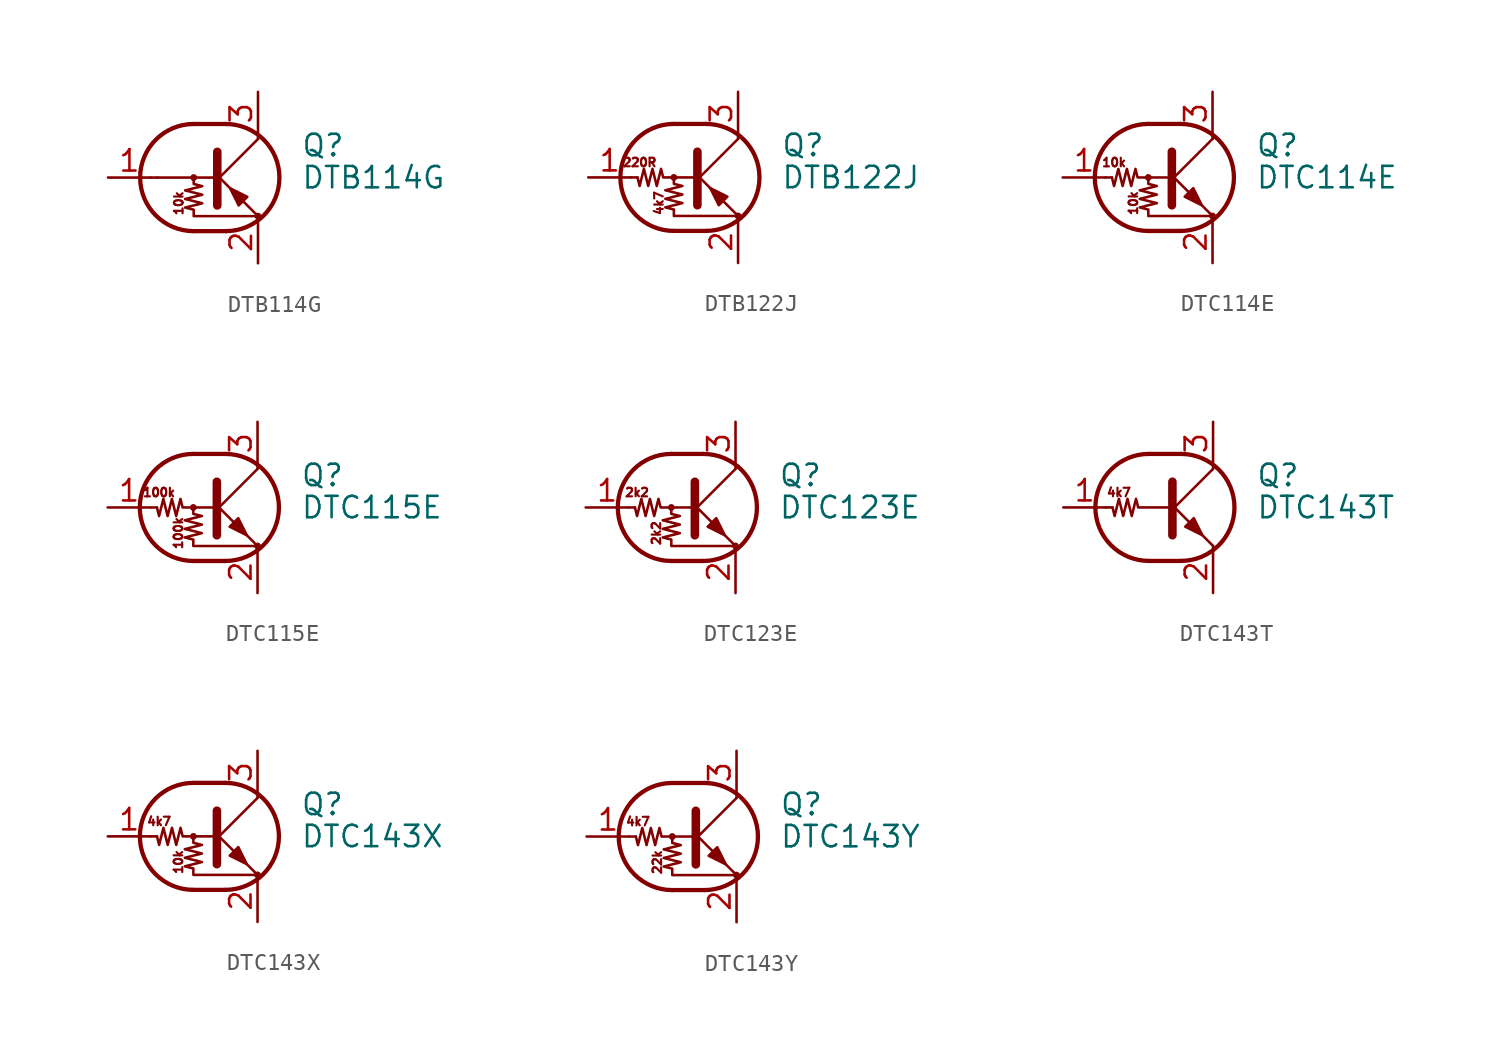
<source format=kicad_sym>
(kicad_symbol_lib
  (version 20201005)
  (generator kicad_symbol_editor)
  (symbol "DTB114G"
    (pin_names
      (offset 0) hide)
    (property "Reference" "Q"
      (at 5.08 1.905 0)
      (effects (font (size 1.27 1.27)) (justify left)))
    (property "Value" "DTB114G"
      (at 5.08 0 0)
      (effects (font (size 1.27 1.27)) (justify left)))
    (symbol "DTB114G_0_0"
      (text "10k" (at -2.159 -1.524 900) (effects (font (size 0.508 0.508))))
      (polyline (pts (xy -3.429 0) (xy 0 0)) (stroke (width 0)) (fill (type none))))
    (symbol "DTB114G_0_1"
      (arc (start -1.27 3.175) (end -1.27 -3.175) (radius (at -1.27 0) (length 3.175) (angles 90.1 -90.1)) (stroke (width 0.254)) (fill (type none)))
      (arc (start 0.635 -3.175) (end 0.635 3.175) (radius (at 0.635 0) (length 3.175) (angles -89.9 89.9)) (stroke (width 0.254)) (fill (type none)))
      (circle (center -1.27 0) (radius 0.127) (stroke (width 0)) (fill (type none)))
      (circle (center 2.54 -2.286) (radius 0.127) (stroke (width 0)) (fill (type none)))
      (polyline (pts (xy -3.429 0) (xy -3.81 0)) (stroke (width 0)) (fill (type none)))
      (polyline (pts (xy -1.27 -3.175) (xy 0.635 -3.175)) (stroke (width 0.254)) (fill (type none)))
      (polyline (pts (xy -1.27 3.175) (xy 0.635 3.175)) (stroke (width 0.254)) (fill (type none)))
      (polyline (pts (xy 0 -0.254) (xy 2.54 2.286)) (stroke (width 0)) (fill (type none)))
      (polyline (pts (xy 2.54 2.286) (xy 2.54 2.54)) (stroke (width 0)) (fill (type none)))
      (polyline (pts (xy 2.54 -2.286) (xy 0 0.254) (xy 0 0.254)) (stroke (width 0)) (fill (type none)))
      (polyline (pts (xy -1.27 0) (xy -1.27 -0.381) (xy -0.762 -0.508) (xy -1.778 -0.762) (xy -0.762 -1.016) (xy -1.778 -1.27) (xy -0.762 -1.524) (xy -1.778 -1.778) (xy -1.27 -1.905) (xy -1.27 -2.286) (xy 2.54 -2.286)) (stroke (width 0)) (fill (type none)))
      (polyline (pts (xy 0.127 1.524) (xy 0.127 -1.651)) (stroke (width 0.508)) (fill (type outline)))
      (polyline (pts (xy 1.397 -1.651) (xy 1.905 -1.143) (xy 0.889 -0.635) (xy 1.397 -1.651)) (stroke (width 0)) (fill (type outline))))
    (symbol "DTB114G_1_1"
      (pin input line (at -6.35 0 0) (length 2.54) (name "B" (effects (font (size 1.27 1.27)))) (number "1" (effects (font (size 1.27 1.27)))))
      (pin passive line (at 2.54 -5.08 90) (length 2.54) (name "E" (effects (font (size 1.27 1.27)))) (number "2" (effects (font (size 1.27 1.27)))))
      (pin passive line (at 2.54 5.08 270) (length 2.54) (name "C" (effects (font (size 1.27 1.27)))) (number "3" (effects (font (size 1.27 1.27)))))))
  (symbol "DTB122J"
    (pin_names
      (offset 0) hide)
    (property "Reference" "Q"
      (at 5.08 1.905 0)
      (effects (font (size 1.27 1.27)) (justify left)))
    (property "Value" "DTB122J"
      (at 5.08 0 0)
      (effects (font (size 1.27 1.27)) (justify left)))
    (symbol "DTB122J_0_0"
      (text "220R" (at -3.302 0.889 0) (effects (font (size 0.508 0.508))))
      (text "4k7" (at -2.159 -1.524 900) (effects (font (size 0.508 0.508)))))
    (symbol "DTB122J_0_1"
      (arc (start -1.27 3.175) (end -1.27 -3.175) (radius (at -1.27 0) (length 3.175) (angles 90.1 -90.1)) (stroke (width 0.254)) (fill (type none)))
      (arc (start 0.635 -3.175) (end 0.635 3.175) (radius (at 0.635 0) (length 3.175) (angles -89.9 89.9)) (stroke (width 0.254)) (fill (type none)))
      (circle (center -1.27 0) (radius 0.127) (stroke (width 0)) (fill (type none)))
      (circle (center 2.54 -2.286) (radius 0.127) (stroke (width 0)) (fill (type none)))
      (polyline (pts (xy -3.429 0) (xy -3.81 0)) (stroke (width 0)) (fill (type none)))
      (polyline (pts (xy -1.27 -3.175) (xy 0.635 -3.175)) (stroke (width 0.254)) (fill (type none)))
      (polyline (pts (xy -1.27 3.175) (xy 0.635 3.175)) (stroke (width 0.254)) (fill (type none)))
      (polyline (pts (xy 0 -0.254) (xy 2.54 2.286)) (stroke (width 0)) (fill (type none)))
      (polyline (pts (xy 2.54 2.286) (xy 2.54 2.54)) (stroke (width 0)) (fill (type none)))
      (polyline (pts (xy 2.54 -2.286) (xy 0 0.254) (xy 0 0.254)) (stroke (width 0)) (fill (type none)))
      (polyline (pts (xy 0 0) (xy -1.905 0) (xy -2.032 0.508) (xy -2.286 -0.508) (xy -2.54 0.508) (xy -2.794 -0.508) (xy -3.048 0.508) (xy -3.302 -0.508) (xy -3.429 0)) (stroke (width 0)) (fill (type none)))
      (polyline (pts (xy -1.27 0) (xy -1.27 -0.381) (xy -0.762 -0.508) (xy -1.778 -0.762) (xy -0.762 -1.016) (xy -1.778 -1.27) (xy -0.762 -1.524) (xy -1.778 -1.778) (xy -1.27 -1.905) (xy -1.27 -2.286) (xy 2.54 -2.286)) (stroke (width 0)) (fill (type none)))
      (polyline (pts (xy 0.127 1.524) (xy 0.127 -1.651)) (stroke (width 0.508)) (fill (type outline)))
      (polyline (pts (xy 1.397 -1.651) (xy 1.905 -1.143) (xy 0.889 -0.635) (xy 1.397 -1.651)) (stroke (width 0)) (fill (type outline))))
    (symbol "DTB122J_1_1"
      (pin input line (at -6.35 0 0) (length 2.54) (name "B" (effects (font (size 1.27 1.27)))) (number "1" (effects (font (size 1.27 1.27)))))
      (pin passive line (at 2.54 -5.08 90) (length 2.54) (name "E" (effects (font (size 1.27 1.27)))) (number "2" (effects (font (size 1.27 1.27)))))
      (pin passive line (at 2.54 5.08 270) (length 2.54) (name "C" (effects (font (size 1.27 1.27)))) (number "3" (effects (font (size 1.27 1.27)))))))
  (symbol "DTC114E"
    (pin_names
      (offset 0) hide)
    (property "Reference" "Q"
      (at 5.08 1.905 0)
      (effects (font (size 1.27 1.27)) (justify left)))
    (property "Value" "DTC114E"
      (at 5.08 0 0)
      (effects (font (size 1.27 1.27)) (justify left)))
    (symbol "DTC114E_0_0"
      (text "10k" (at -3.302 0.889 0) (effects (font (size 0.508 0.508))))
      (text "10k" (at -2.159 -1.524 900) (effects (font (size 0.508 0.508)))))
    (symbol "DTC114E_0_1"
      (arc (start -1.27 3.175) (end -1.27 -3.175) (radius (at -1.27 0) (length 3.175) (angles 90.1 -90.1)) (stroke (width 0.254)) (fill (type none)))
      (arc (start 0.635 -3.175) (end 0.635 3.175) (radius (at 0.635 0) (length 3.175) (angles -89.9 89.9)) (stroke (width 0.254)) (fill (type none)))
      (circle (center -1.27 0) (radius 0.127) (stroke (width 0)) (fill (type none)))
      (circle (center 2.54 -2.286) (radius 0.127) (stroke (width 0)) (fill (type none)))
      (polyline (pts (xy -3.429 0) (xy -3.81 0)) (stroke (width 0)) (fill (type none)))
      (polyline (pts (xy -1.27 -3.175) (xy 0.635 -3.175)) (stroke (width 0.254)) (fill (type none)))
      (polyline (pts (xy -1.27 3.175) (xy 0.635 3.175)) (stroke (width 0.254)) (fill (type none)))
      (polyline (pts (xy 0 -0.254) (xy 2.54 2.286)) (stroke (width 0)) (fill (type none)))
      (polyline (pts (xy 2.54 2.286) (xy 2.54 2.54)) (stroke (width 0)) (fill (type none)))
      (polyline (pts (xy 2.54 -2.286) (xy 0 0.254) (xy 0 0.254)) (stroke (width 0)) (fill (type none)))
      (polyline (pts (xy 0 0) (xy -1.905 0) (xy -2.032 0.508) (xy -2.286 -0.508) (xy -2.54 0.508) (xy -2.794 -0.508) (xy -3.048 0.508) (xy -3.302 -0.508) (xy -3.429 0)) (stroke (width 0)) (fill (type none)))
      (polyline (pts (xy -1.27 0) (xy -1.27 -0.381) (xy -0.762 -0.508) (xy -1.778 -0.762) (xy -0.762 -1.016) (xy -1.778 -1.27) (xy -0.762 -1.524) (xy -1.778 -1.778) (xy -1.27 -1.905) (xy -1.27 -2.286) (xy 2.54 -2.286)) (stroke (width 0)) (fill (type none)))
      (polyline (pts (xy 0.127 1.524) (xy 0.127 -1.651)) (stroke (width 0.508)) (fill (type outline)))
      (polyline (pts (xy 0.889 -1.143) (xy 1.397 -0.635) (xy 1.905 -1.651) (xy 0.889 -1.143)) (stroke (width 0)) (fill (type outline))))
    (symbol "DTC114E_1_1"
      (pin input line (at -6.35 0 0) (length 2.54) (name "B" (effects (font (size 1.27 1.27)))) (number "1" (effects (font (size 1.27 1.27)))))
      (pin passive line (at 2.54 -5.08 90) (length 2.54) (name "E" (effects (font (size 1.27 1.27)))) (number "2" (effects (font (size 1.27 1.27)))))
      (pin passive line (at 2.54 5.08 270) (length 2.54) (name "C" (effects (font (size 1.27 1.27)))) (number "3" (effects (font (size 1.27 1.27)))))))
  (symbol "DTC115E"
    (pin_names
      (offset 0) hide)
    (property "Reference" "Q"
      (at 5.08 1.905 0)
      (effects (font (size 1.27 1.27)) (justify left)))
    (property "Value" "DTC115E"
      (at 5.08 0 0)
      (effects (font (size 1.27 1.27)) (justify left)))
    (symbol "DTC115E_0_0"
      (text "100k" (at -3.302 0.889 0) (effects (font (size 0.508 0.508))))
      (text "100k" (at -2.159 -1.524 900) (effects (font (size 0.508 0.508)))))
    (symbol "DTC115E_0_1"
      (arc (start -1.27 3.175) (end -1.27 -3.175) (radius (at -1.27 0) (length 3.175) (angles 90.1 -90.1)) (stroke (width 0.254)) (fill (type none)))
      (arc (start 0.635 -3.175) (end 0.635 3.175) (radius (at 0.635 0) (length 3.175) (angles -89.9 89.9)) (stroke (width 0.254)) (fill (type none)))
      (circle (center -1.27 0) (radius 0.127) (stroke (width 0)) (fill (type none)))
      (circle (center 2.54 -2.286) (radius 0.127) (stroke (width 0)) (fill (type none)))
      (polyline (pts (xy -3.429 0) (xy -3.81 0)) (stroke (width 0)) (fill (type none)))
      (polyline (pts (xy -1.27 -3.175) (xy 0.635 -3.175)) (stroke (width 0.254)) (fill (type none)))
      (polyline (pts (xy -1.27 3.175) (xy 0.635 3.175)) (stroke (width 0.254)) (fill (type none)))
      (polyline (pts (xy 0 -0.254) (xy 2.54 2.286)) (stroke (width 0)) (fill (type none)))
      (polyline (pts (xy 2.54 2.286) (xy 2.54 2.54)) (stroke (width 0)) (fill (type none)))
      (polyline (pts (xy 2.54 -2.286) (xy 0 0.254) (xy 0 0.254)) (stroke (width 0)) (fill (type none)))
      (polyline (pts (xy 0 0) (xy -1.905 0) (xy -2.032 0.508) (xy -2.286 -0.508) (xy -2.54 0.508) (xy -2.794 -0.508) (xy -3.048 0.508) (xy -3.302 -0.508) (xy -3.429 0)) (stroke (width 0)) (fill (type none)))
      (polyline (pts (xy -1.27 0) (xy -1.27 -0.381) (xy -0.762 -0.508) (xy -1.778 -0.762) (xy -0.762 -1.016) (xy -1.778 -1.27) (xy -0.762 -1.524) (xy -1.778 -1.778) (xy -1.27 -1.905) (xy -1.27 -2.286) (xy 2.54 -2.286)) (stroke (width 0)) (fill (type none)))
      (polyline (pts (xy 0.127 1.524) (xy 0.127 -1.651)) (stroke (width 0.508)) (fill (type outline)))
      (polyline (pts (xy 0.889 -1.143) (xy 1.397 -0.635) (xy 1.905 -1.651) (xy 0.889 -1.143)) (stroke (width 0)) (fill (type outline))))
    (symbol "DTC115E_1_1"
      (pin input line (at -6.35 0 0) (length 2.54) (name "B" (effects (font (size 1.27 1.27)))) (number "1" (effects (font (size 1.27 1.27)))))
      (pin passive line (at 2.54 -5.08 90) (length 2.54) (name "E" (effects (font (size 1.27 1.27)))) (number "2" (effects (font (size 1.27 1.27)))))
      (pin passive line (at 2.54 5.08 270) (length 2.54) (name "C" (effects (font (size 1.27 1.27)))) (number "3" (effects (font (size 1.27 1.27)))))))
  (symbol "DTC123E"
    (pin_names
      (offset 0) hide)
    (property "Reference" "Q"
      (at 5.08 1.905 0)
      (effects (font (size 1.27 1.27)) (justify left)))
    (property "Value" "DTC123E"
      (at 5.08 0 0)
      (effects (font (size 1.27 1.27)) (justify left)))
    (symbol "DTC123E_0_0"
      (text "2k2" (at -3.302 0.889 0) (effects (font (size 0.508 0.508))))
      (text "2k2" (at -2.159 -1.524 900) (effects (font (size 0.508 0.508)))))
    (symbol "DTC123E_0_1"
      (arc (start -1.27 3.175) (end -1.27 -3.175) (radius (at -1.27 0) (length 3.175) (angles 90.1 -90.1)) (stroke (width 0.254)) (fill (type none)))
      (arc (start 0.635 -3.175) (end 0.635 3.175) (radius (at 0.635 0) (length 3.175) (angles -89.9 89.9)) (stroke (width 0.254)) (fill (type none)))
      (circle (center -1.27 0) (radius 0.127) (stroke (width 0)) (fill (type none)))
      (circle (center 2.54 -2.286) (radius 0.127) (stroke (width 0)) (fill (type none)))
      (polyline (pts (xy -3.429 0) (xy -3.81 0)) (stroke (width 0)) (fill (type none)))
      (polyline (pts (xy -1.27 -3.175) (xy 0.635 -3.175)) (stroke (width 0.254)) (fill (type none)))
      (polyline (pts (xy -1.27 3.175) (xy 0.635 3.175)) (stroke (width 0.254)) (fill (type none)))
      (polyline (pts (xy 0 -0.254) (xy 2.54 2.286)) (stroke (width 0)) (fill (type none)))
      (polyline (pts (xy 2.54 2.286) (xy 2.54 2.54)) (stroke (width 0)) (fill (type none)))
      (polyline (pts (xy 2.54 -2.286) (xy 0 0.254) (xy 0 0.254)) (stroke (width 0)) (fill (type none)))
      (polyline (pts (xy 0 0) (xy -1.905 0) (xy -2.032 0.508) (xy -2.286 -0.508) (xy -2.54 0.508) (xy -2.794 -0.508) (xy -3.048 0.508) (xy -3.302 -0.508) (xy -3.429 0)) (stroke (width 0)) (fill (type none)))
      (polyline (pts (xy -1.27 0) (xy -1.27 -0.381) (xy -0.762 -0.508) (xy -1.778 -0.762) (xy -0.762 -1.016) (xy -1.778 -1.27) (xy -0.762 -1.524) (xy -1.778 -1.778) (xy -1.27 -1.905) (xy -1.27 -2.286) (xy 2.54 -2.286)) (stroke (width 0)) (fill (type none)))
      (polyline (pts (xy 0.127 1.524) (xy 0.127 -1.651)) (stroke (width 0.508)) (fill (type outline)))
      (polyline (pts (xy 0.889 -1.143) (xy 1.397 -0.635) (xy 1.905 -1.651) (xy 0.889 -1.143)) (stroke (width 0)) (fill (type outline))))
    (symbol "DTC123E_1_1"
      (pin input line (at -6.35 0 0) (length 2.54) (name "B" (effects (font (size 1.27 1.27)))) (number "1" (effects (font (size 1.27 1.27)))))
      (pin passive line (at 2.54 -5.08 90) (length 2.54) (name "E" (effects (font (size 1.27 1.27)))) (number "2" (effects (font (size 1.27 1.27)))))
      (pin passive line (at 2.54 5.08 270) (length 2.54) (name "C" (effects (font (size 1.27 1.27)))) (number "3" (effects (font (size 1.27 1.27)))))))
  (symbol "DTC143T"
    (pin_names
      (offset 0) hide)
    (property "Reference" "Q"
      (at 5.08 1.905 0)
      (effects (font (size 1.27 1.27)) (justify left)))
    (property "Value" "DTC143T"
      (at 5.08 0 0)
      (effects (font (size 1.27 1.27)) (justify left)))
    (symbol "DTC143T_0_0"
      (text "4k7" (at -3.048 0.889 0) (effects (font (size 0.508 0.508))))
      (polyline (pts (xy 2.54 -2.286) (xy 2.54 -2.54)) (stroke (width 0)) (fill (type none))))
    (symbol "DTC143T_0_1"
      (arc (start -1.27 3.175) (end -1.27 -3.175) (radius (at -1.27 0) (length 3.175) (angles 90.1 -90.1)) (stroke (width 0.254)) (fill (type none)))
      (arc (start 0.635 -3.175) (end 0.635 3.175) (radius (at 0.635 0) (length 3.175) (angles -89.9 89.9)) (stroke (width 0.254)) (fill (type none)))
      (polyline (pts (xy -3.429 0) (xy -3.81 0)) (stroke (width 0)) (fill (type none)))
      (polyline (pts (xy -1.27 -3.175) (xy 0.635 -3.175)) (stroke (width 0.254)) (fill (type none)))
      (polyline (pts (xy -1.27 3.175) (xy 0.635 3.175)) (stroke (width 0.254)) (fill (type none)))
      (polyline (pts (xy 0 -0.254) (xy 2.54 2.286)) (stroke (width 0)) (fill (type none)))
      (polyline (pts (xy 2.54 2.286) (xy 2.54 2.54)) (stroke (width 0)) (fill (type none)))
      (polyline (pts (xy 2.54 -2.286) (xy 0 0.254) (xy 0 0.254)) (stroke (width 0)) (fill (type none)))
      (polyline (pts (xy 0 0) (xy -1.905 0) (xy -2.032 0.508) (xy -2.286 -0.508) (xy -2.54 0.508) (xy -2.794 -0.508) (xy -3.048 0.508) (xy -3.302 -0.508) (xy -3.429 0)) (stroke (width 0)) (fill (type none)))
      (polyline (pts (xy 0.127 1.524) (xy 0.127 -1.651)) (stroke (width 0.508)) (fill (type outline)))
      (polyline (pts (xy 0.889 -1.143) (xy 1.397 -0.635) (xy 1.905 -1.651) (xy 0.889 -1.143)) (stroke (width 0)) (fill (type outline))))
    (symbol "DTC143T_1_1"
      (pin input line (at -6.35 0 0) (length 2.54) (name "B" (effects (font (size 1.27 1.27)))) (number "1" (effects (font (size 1.27 1.27)))))
      (pin passive line (at 2.54 -5.08 90) (length 2.54) (name "E" (effects (font (size 1.27 1.27)))) (number "2" (effects (font (size 1.27 1.27)))))
      (pin passive line (at 2.54 5.08 270) (length 2.54) (name "C" (effects (font (size 1.27 1.27)))) (number "3" (effects (font (size 1.27 1.27)))))))
  (symbol "DTC143X"
    (pin_names
      (offset 0) hide)
    (property "Reference" "Q"
      (at 5.08 1.905 0)
      (effects (font (size 1.27 1.27)) (justify left)))
    (property "Value" "DTC143X"
      (at 5.08 0 0)
      (effects (font (size 1.27 1.27)) (justify left)))
    (symbol "DTC143X_0_0"
      (text "10k" (at -2.159 -1.524 900) (effects (font (size 0.508 0.508))))
      (text "4k7" (at -3.302 0.889 0) (effects (font (size 0.508 0.508)))))
    (symbol "DTC143X_0_1"
      (arc (start -1.27 3.175) (end -1.27 -3.175) (radius (at -1.27 0) (length 3.175) (angles 90.1 -90.1)) (stroke (width 0.254)) (fill (type none)))
      (arc (start 0.635 -3.175) (end 0.635 3.175) (radius (at 0.635 0) (length 3.175) (angles -89.9 89.9)) (stroke (width 0.254)) (fill (type none)))
      (circle (center -1.27 0) (radius 0.127) (stroke (width 0)) (fill (type none)))
      (circle (center 2.54 -2.286) (radius 0.127) (stroke (width 0)) (fill (type none)))
      (polyline (pts (xy -3.429 0) (xy -3.81 0)) (stroke (width 0)) (fill (type none)))
      (polyline (pts (xy -1.27 -3.175) (xy 0.635 -3.175)) (stroke (width 0.254)) (fill (type none)))
      (polyline (pts (xy -1.27 3.175) (xy 0.635 3.175)) (stroke (width 0.254)) (fill (type none)))
      (polyline (pts (xy 0 -0.254) (xy 2.54 2.286)) (stroke (width 0)) (fill (type none)))
      (polyline (pts (xy 2.54 2.286) (xy 2.54 2.54)) (stroke (width 0)) (fill (type none)))
      (polyline (pts (xy 2.54 -2.286) (xy 0 0.254) (xy 0 0.254)) (stroke (width 0)) (fill (type none)))
      (polyline (pts (xy 0 0) (xy -1.905 0) (xy -2.032 0.508) (xy -2.286 -0.508) (xy -2.54 0.508) (xy -2.794 -0.508) (xy -3.048 0.508) (xy -3.302 -0.508) (xy -3.429 0)) (stroke (width 0)) (fill (type none)))
      (polyline (pts (xy -1.27 0) (xy -1.27 -0.381) (xy -0.762 -0.508) (xy -1.778 -0.762) (xy -0.762 -1.016) (xy -1.778 -1.27) (xy -0.762 -1.524) (xy -1.778 -1.778) (xy -1.27 -1.905) (xy -1.27 -2.286) (xy 2.54 -2.286)) (stroke (width 0)) (fill (type none)))
      (polyline (pts (xy 0.127 1.524) (xy 0.127 -1.651)) (stroke (width 0.508)) (fill (type outline)))
      (polyline (pts (xy 0.889 -1.143) (xy 1.397 -0.635) (xy 1.905 -1.651) (xy 0.889 -1.143)) (stroke (width 0)) (fill (type outline))))
    (symbol "DTC143X_1_1"
      (pin input line (at -6.35 0 0) (length 2.54) (name "B" (effects (font (size 1.27 1.27)))) (number "1" (effects (font (size 1.27 1.27)))))
      (pin passive line (at 2.54 -5.08 90) (length 2.54) (name "E" (effects (font (size 1.27 1.27)))) (number "2" (effects (font (size 1.27 1.27)))))
      (pin passive line (at 2.54 5.08 270) (length 2.54) (name "C" (effects (font (size 1.27 1.27)))) (number "3" (effects (font (size 1.27 1.27)))))))
  (symbol "DTC143Y"
    (pin_names
      (offset 0) hide)
    (property "Reference" "Q"
      (at 5.08 1.905 0)
      (effects (font (size 1.27 1.27)) (justify left)))
    (property "Value" "DTC143Y"
      (at 5.08 0 0)
      (effects (font (size 1.27 1.27)) (justify left)))
    (symbol "DTC143Y_0_0"
      (text "22k" (at -2.159 -1.524 900) (effects (font (size 0.508 0.508))))
      (text "4k7" (at -3.302 0.889 0) (effects (font (size 0.508 0.508)))))
    (symbol "DTC143Y_0_1"
      (arc (start -1.27 3.175) (end -1.27 -3.175) (radius (at -1.27 0) (length 3.175) (angles 90.1 -90.1)) (stroke (width 0.254)) (fill (type none)))
      (arc (start 0.635 -3.175) (end 0.635 3.175) (radius (at 0.635 0) (length 3.175) (angles -89.9 89.9)) (stroke (width 0.254)) (fill (type none)))
      (circle (center -1.27 0) (radius 0.127) (stroke (width 0)) (fill (type none)))
      (circle (center 2.54 -2.286) (radius 0.127) (stroke (width 0)) (fill (type none)))
      (polyline (pts (xy -3.429 0) (xy -3.81 0)) (stroke (width 0)) (fill (type none)))
      (polyline (pts (xy -1.27 -3.175) (xy 0.635 -3.175)) (stroke (width 0.254)) (fill (type none)))
      (polyline (pts (xy -1.27 3.175) (xy 0.635 3.175)) (stroke (width 0.254)) (fill (type none)))
      (polyline (pts (xy 0 -0.254) (xy 2.54 2.286)) (stroke (width 0)) (fill (type none)))
      (polyline (pts (xy 2.54 2.286) (xy 2.54 2.54)) (stroke (width 0)) (fill (type none)))
      (polyline (pts (xy 2.54 -2.286) (xy 0 0.254) (xy 0 0.254)) (stroke (width 0)) (fill (type none)))
      (polyline (pts (xy 0 0) (xy -1.905 0) (xy -2.032 0.508) (xy -2.286 -0.508) (xy -2.54 0.508) (xy -2.794 -0.508) (xy -3.048 0.508) (xy -3.302 -0.508) (xy -3.429 0)) (stroke (width 0)) (fill (type none)))
      (polyline (pts (xy -1.27 0) (xy -1.27 -0.381) (xy -0.762 -0.508) (xy -1.778 -0.762) (xy -0.762 -1.016) (xy -1.778 -1.27) (xy -0.762 -1.524) (xy -1.778 -1.778) (xy -1.27 -1.905) (xy -1.27 -2.286) (xy 2.54 -2.286)) (stroke (width 0)) (fill (type none)))
      (polyline (pts (xy 0.127 1.524) (xy 0.127 -1.651)) (stroke (width 0.508)) (fill (type outline)))
      (polyline (pts (xy 0.889 -1.143) (xy 1.397 -0.635) (xy 1.905 -1.651) (xy 0.889 -1.143)) (stroke (width 0)) (fill (type outline))))
    (symbol "DTC143Y_1_1"
      (pin input line (at -6.35 0 0) (length 2.54) (name "B" (effects (font (size 1.27 1.27)))) (number "1" (effects (font (size 1.27 1.27)))))
      (pin passive line (at 2.54 -5.08 90) (length 2.54) (name "E" (effects (font (size 1.27 1.27)))) (number "2" (effects (font (size 1.27 1.27)))))
      (pin passive line (at 2.54 5.08 270) (length 2.54) (name "C" (effects (font (size 1.27 1.27)))) (number "3" (effects (font (size 1.27 1.27))))))))
</source>
